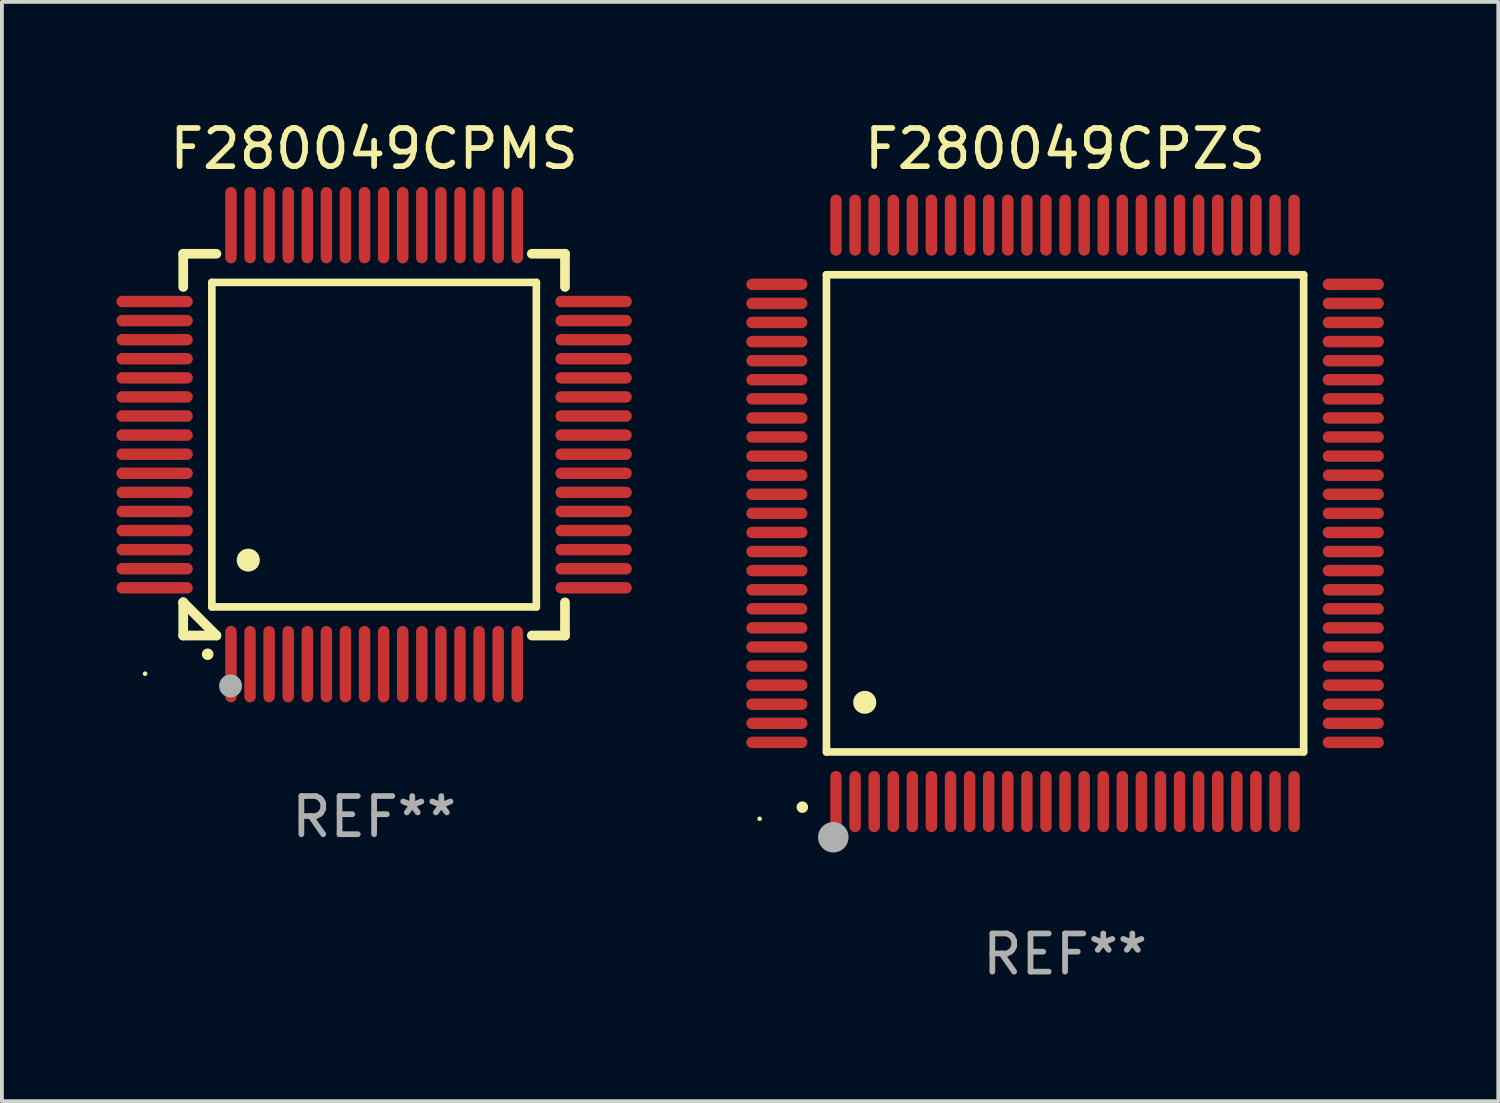
<source format=kicad_pcb>
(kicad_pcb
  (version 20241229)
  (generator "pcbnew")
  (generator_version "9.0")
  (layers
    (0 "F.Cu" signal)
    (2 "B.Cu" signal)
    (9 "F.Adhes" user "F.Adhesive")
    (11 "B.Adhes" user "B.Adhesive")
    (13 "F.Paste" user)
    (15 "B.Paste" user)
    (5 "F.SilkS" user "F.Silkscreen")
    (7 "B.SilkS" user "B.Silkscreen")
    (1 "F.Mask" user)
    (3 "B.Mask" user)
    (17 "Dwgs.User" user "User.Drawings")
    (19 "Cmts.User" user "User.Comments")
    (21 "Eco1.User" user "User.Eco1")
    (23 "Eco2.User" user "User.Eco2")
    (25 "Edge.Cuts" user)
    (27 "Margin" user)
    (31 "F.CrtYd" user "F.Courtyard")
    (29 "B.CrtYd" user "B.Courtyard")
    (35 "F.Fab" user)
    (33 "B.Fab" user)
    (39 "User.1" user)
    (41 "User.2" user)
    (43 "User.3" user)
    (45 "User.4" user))
  (footprint "F280049CPZS"
    (layer "F.Cu")
    (at 24.85 10.398)
    (property "Reference" "F280049CPZS" (at 0 -9.55 0) (layer "F.SilkS") (effects (font (size 1 1) (thickness 0.15))))
    (attr through_hole)
    (fp_line (start -6.25 -6.25) (end -6.25 6.25) (stroke (width 0.2) (type solid)) (layer "F.SilkS"))
    (fp_line (start -6.25 6.25) (end 6.25 6.25) (stroke (width 0.2) (type solid)) (layer "F.SilkS"))
    (fp_line (start 6.25 -6.25) (end -6.25 -6.25) (stroke (width 0.2) (type solid)) (layer "F.SilkS"))
    (fp_line (start 6.25 6.25) (end 6.25 -6.25) (stroke (width 0.2) (type solid)) (layer "F.SilkS"))
    (fp_arc (start -6.883414 7.696215) (mid -6.882144 7.69621) (end -6.880874 7.696215) (stroke (width 0.3) (type solid)) (layer "F.SilkS"))
    (fp_arc (start -5.250191 4.95047) (mid -5.247651 4.950459) (end -5.245111 4.95047) (stroke (width 0.6) (type solid)) (layer "F.SilkS"))
    (fp_circle (center -8 8) (end -7.97 8) (stroke (width 0.06) (type solid)) (fill no) (layer "F.SilkS"))
    (fp_circle (center -6.071 8.484) (end -5.871 8.484) (stroke (width 0.4) (type solid)) (fill no) (layer "F.Fab"))
    (fp_text user "REF**" (at 0 11.55 0) (layer "F.Fab") (effects (font (size 1 1) (thickness 0.15))))
    (pad "1" smd oval (at -6 7.55) (size 0.3 1.6) (layers "F.Cu" "F.Mask" "F.Paste"))
    (pad "2" smd oval (at -5.5 7.55) (size 0.3 1.6) (layers "F.Cu" "F.Mask" "F.Paste"))
    (pad "3" smd oval (at -5 7.55) (size 0.3 1.6) (layers "F.Cu" "F.Mask" "F.Paste"))
    (pad "4" smd oval (at -4.5 7.55) (size 0.3 1.6) (layers "F.Cu" "F.Mask" "F.Paste"))
    (pad "5" smd oval (at -4 7.55) (size 0.3 1.6) (layers "F.Cu" "F.Mask" "F.Paste"))
    (pad "6" smd oval (at -3.5 7.55) (size 0.3 1.6) (layers "F.Cu" "F.Mask" "F.Paste"))
    (pad "7" smd oval (at -3 7.55) (size 0.3 1.6) (layers "F.Cu" "F.Mask" "F.Paste"))
    (pad "8" smd oval (at -2.5 7.55) (size 0.3 1.6) (layers "F.Cu" "F.Mask" "F.Paste"))
    (pad "9" smd oval (at -2 7.55) (size 0.3 1.6) (layers "F.Cu" "F.Mask" "F.Paste"))
    (pad "10" smd oval (at -1.5 7.55) (size 0.3 1.6) (layers "F.Cu" "F.Mask" "F.Paste"))
    (pad "11" smd oval (at -1 7.55) (size 0.3 1.6) (layers "F.Cu" "F.Mask" "F.Paste"))
    (pad "12" smd oval (at -0.5 7.55) (size 0.3 1.6) (layers "F.Cu" "F.Mask" "F.Paste"))
    (pad "13" smd oval (at 0 7.55) (size 0.3 1.6) (layers "F.Cu" "F.Mask" "F.Paste"))
    (pad "14" smd oval (at 0.5 7.55) (size 0.3 1.6) (layers "F.Cu" "F.Mask" "F.Paste"))
    (pad "15" smd oval (at 1 7.55) (size 0.3 1.6) (layers "F.Cu" "F.Mask" "F.Paste"))
    (pad "16" smd oval (at 1.5 7.55) (size 0.3 1.6) (layers "F.Cu" "F.Mask" "F.Paste"))
    (pad "17" smd oval (at 2 7.55) (size 0.3 1.6) (layers "F.Cu" "F.Mask" "F.Paste"))
    (pad "18" smd oval (at 2.5 7.55) (size 0.3 1.6) (layers "F.Cu" "F.Mask" "F.Paste"))
    (pad "19" smd oval (at 3 7.55) (size 0.3 1.6) (layers "F.Cu" "F.Mask" "F.Paste"))
    (pad "20" smd oval (at 3.5 7.55) (size 0.3 1.6) (layers "F.Cu" "F.Mask" "F.Paste"))
    (pad "21" smd oval (at 4 7.55) (size 0.3 1.6) (layers "F.Cu" "F.Mask" "F.Paste"))
    (pad "22" smd oval (at 4.5 7.55) (size 0.3 1.6) (layers "F.Cu" "F.Mask" "F.Paste"))
    (pad "23" smd oval (at 5 7.55) (size 0.3 1.6) (layers "F.Cu" "F.Mask" "F.Paste"))
    (pad "24" smd oval (at 5.5 7.55) (size 0.3 1.6) (layers "F.Cu" "F.Mask" "F.Paste"))
    (pad "25" smd oval (at 6 7.55) (size 0.3 1.6) (layers "F.Cu" "F.Mask" "F.Paste"))
    (pad "26" smd oval (at 7.55 6) (size 1.6 0.3) (layers "F.Cu" "F.Mask" "F.Paste"))
    (pad "27" smd oval (at 7.55 5.5) (size 1.6 0.3) (layers "F.Cu" "F.Mask" "F.Paste"))
    (pad "28" smd oval (at 7.55 5) (size 1.6 0.3) (layers "F.Cu" "F.Mask" "F.Paste"))
    (pad "29" smd oval (at 7.55 4.5) (size 1.6 0.3) (layers "F.Cu" "F.Mask" "F.Paste"))
    (pad "30" smd oval (at 7.55 4) (size 1.6 0.3) (layers "F.Cu" "F.Mask" "F.Paste"))
    (pad "31" smd oval (at 7.55 3.5) (size 1.6 0.3) (layers "F.Cu" "F.Mask" "F.Paste"))
    (pad "32" smd oval (at 7.55 3) (size 1.6 0.3) (layers "F.Cu" "F.Mask" "F.Paste"))
    (pad "33" smd oval (at 7.55 2.5) (size 1.6 0.3) (layers "F.Cu" "F.Mask" "F.Paste"))
    (pad "34" smd oval (at 7.55 2) (size 1.6 0.3) (layers "F.Cu" "F.Mask" "F.Paste"))
    (pad "35" smd oval (at 7.55 1.5) (size 1.6 0.3) (layers "F.Cu" "F.Mask" "F.Paste"))
    (pad "36" smd oval (at 7.55 1) (size 1.6 0.3) (layers "F.Cu" "F.Mask" "F.Paste"))
    (pad "37" smd oval (at 7.55 0.5) (size 1.6 0.3) (layers "F.Cu" "F.Mask" "F.Paste"))
    (pad "38" smd oval (at 7.55 0) (size 1.6 0.3) (layers "F.Cu" "F.Mask" "F.Paste"))
    (pad "39" smd oval (at 7.55 -0.5) (size 1.6 0.3) (layers "F.Cu" "F.Mask" "F.Paste"))
    (pad "40" smd oval (at 7.55 -1) (size 1.6 0.3) (layers "F.Cu" "F.Mask" "F.Paste"))
    (pad "41" smd oval (at 7.55 -1.5) (size 1.6 0.3) (layers "F.Cu" "F.Mask" "F.Paste"))
    (pad "42" smd oval (at 7.55 -2) (size 1.6 0.3) (layers "F.Cu" "F.Mask" "F.Paste"))
    (pad "43" smd oval (at 7.55 -2.5) (size 1.6 0.3) (layers "F.Cu" "F.Mask" "F.Paste"))
    (pad "44" smd oval (at 7.55 -3) (size 1.6 0.3) (layers "F.Cu" "F.Mask" "F.Paste"))
    (pad "45" smd oval (at 7.55 -3.5) (size 1.6 0.3) (layers "F.Cu" "F.Mask" "F.Paste"))
    (pad "46" smd oval (at 7.55 -4) (size 1.6 0.3) (layers "F.Cu" "F.Mask" "F.Paste"))
    (pad "47" smd oval (at 7.55 -4.5) (size 1.6 0.3) (layers "F.Cu" "F.Mask" "F.Paste"))
    (pad "48" smd oval (at 7.55 -5) (size 1.6 0.3) (layers "F.Cu" "F.Mask" "F.Paste"))
    (pad "49" smd oval (at 7.55 -5.5) (size 1.6 0.3) (layers "F.Cu" "F.Mask" "F.Paste"))
    (pad "50" smd oval (at 7.55 -6) (size 1.6 0.3) (layers "F.Cu" "F.Mask" "F.Paste"))
    (pad "51" smd oval (at 6 -7.55) (size 0.3 1.6) (layers "F.Cu" "F.Mask" "F.Paste"))
    (pad "52" smd oval (at 5.5 -7.55) (size 0.3 1.6) (layers "F.Cu" "F.Mask" "F.Paste"))
    (pad "53" smd oval (at 5 -7.55) (size 0.3 1.6) (layers "F.Cu" "F.Mask" "F.Paste"))
    (pad "54" smd oval (at 4.5 -7.55) (size 0.3 1.6) (layers "F.Cu" "F.Mask" "F.Paste"))
    (pad "55" smd oval (at 4 -7.55) (size 0.3 1.6) (layers "F.Cu" "F.Mask" "F.Paste"))
    (pad "56" smd oval (at 3.5 -7.55) (size 0.3 1.6) (layers "F.Cu" "F.Mask" "F.Paste"))
    (pad "57" smd oval (at 3 -7.55) (size 0.3 1.6) (layers "F.Cu" "F.Mask" "F.Paste"))
    (pad "58" smd oval (at 2.5 -7.55) (size 0.3 1.6) (layers "F.Cu" "F.Mask" "F.Paste"))
    (pad "59" smd oval (at 2 -7.55) (size 0.3 1.6) (layers "F.Cu" "F.Mask" "F.Paste"))
    (pad "60" smd oval (at 1.5 -7.55) (size 0.3 1.6) (layers "F.Cu" "F.Mask" "F.Paste"))
    (pad "61" smd oval (at 1 -7.55) (size 0.3 1.6) (layers "F.Cu" "F.Mask" "F.Paste"))
    (pad "62" smd oval (at 0.5 -7.55) (size 0.3 1.6) (layers "F.Cu" "F.Mask" "F.Paste"))
    (pad "63" smd oval (at 0 -7.55) (size 0.3 1.6) (layers "F.Cu" "F.Mask" "F.Paste"))
    (pad "64" smd oval (at -0.5 -7.55) (size 0.3 1.6) (layers "F.Cu" "F.Mask" "F.Paste"))
    (pad "65" smd oval (at -1 -7.55) (size 0.3 1.6) (layers "F.Cu" "F.Mask" "F.Paste"))
    (pad "66" smd oval (at -1.5 -7.55) (size 0.3 1.6) (layers "F.Cu" "F.Mask" "F.Paste"))
    (pad "67" smd oval (at -2 -7.55) (size 0.3 1.6) (layers "F.Cu" "F.Mask" "F.Paste"))
    (pad "68" smd oval (at -2.5 -7.55) (size 0.3 1.6) (layers "F.Cu" "F.Mask" "F.Paste"))
    (pad "69" smd oval (at -3 -7.55) (size 0.3 1.6) (layers "F.Cu" "F.Mask" "F.Paste"))
    (pad "70" smd oval (at -3.5 -7.55) (size 0.3 1.6) (layers "F.Cu" "F.Mask" "F.Paste"))
    (pad "71" smd oval (at -4 -7.55) (size 0.3 1.6) (layers "F.Cu" "F.Mask" "F.Paste"))
    (pad "72" smd oval (at -4.5 -7.55) (size 0.3 1.6) (layers "F.Cu" "F.Mask" "F.Paste"))
    (pad "73" smd oval (at -5 -7.55) (size 0.3 1.6) (layers "F.Cu" "F.Mask" "F.Paste"))
    (pad "74" smd oval (at -5.5 -7.55) (size 0.3 1.6) (layers "F.Cu" "F.Mask" "F.Paste"))
    (pad "75" smd oval (at -6 -7.55) (size 0.3 1.6) (layers "F.Cu" "F.Mask" "F.Paste"))
    (pad "76" smd oval (at -7.55 -6) (size 1.6 0.3) (layers "F.Cu" "F.Mask" "F.Paste"))
    (pad "77" smd oval (at -7.55 -5.5) (size 1.6 0.3) (layers "F.Cu" "F.Mask" "F.Paste"))
    (pad "78" smd oval (at -7.55 -5) (size 1.6 0.3) (layers "F.Cu" "F.Mask" "F.Paste"))
    (pad "79" smd oval (at -7.55 -4.5) (size 1.6 0.3) (layers "F.Cu" "F.Mask" "F.Paste"))
    (pad "80" smd oval (at -7.55 -4) (size 1.6 0.3) (layers "F.Cu" "F.Mask" "F.Paste"))
    (pad "81" smd oval (at -7.55 -3.5) (size 1.6 0.3) (layers "F.Cu" "F.Mask" "F.Paste"))
    (pad "82" smd oval (at -7.55 -3) (size 1.6 0.3) (layers "F.Cu" "F.Mask" "F.Paste"))
    (pad "83" smd oval (at -7.55 -2.5) (size 1.6 0.3) (layers "F.Cu" "F.Mask" "F.Paste"))
    (pad "84" smd oval (at -7.55 -2) (size 1.6 0.3) (layers "F.Cu" "F.Mask" "F.Paste"))
    (pad "85" smd oval (at -7.55 -1.5) (size 1.6 0.3) (layers "F.Cu" "F.Mask" "F.Paste"))
    (pad "86" smd oval (at -7.55 -1) (size 1.6 0.3) (layers "F.Cu" "F.Mask" "F.Paste"))
    (pad "87" smd oval (at -7.55 -0.5) (size 1.6 0.3) (layers "F.Cu" "F.Mask" "F.Paste"))
    (pad "88" smd oval (at -7.55 0) (size 1.6 0.3) (layers "F.Cu" "F.Mask" "F.Paste"))
    (pad "89" smd oval (at -7.55 0.5) (size 1.6 0.3) (layers "F.Cu" "F.Mask" "F.Paste"))
    (pad "90" smd oval (at -7.55 1) (size 1.6 0.3) (layers "F.Cu" "F.Mask" "F.Paste"))
    (pad "91" smd oval (at -7.55 1.5) (size 1.6 0.3) (layers "F.Cu" "F.Mask" "F.Paste"))
    (pad "92" smd oval (at -7.55 2) (size 1.6 0.3) (layers "F.Cu" "F.Mask" "F.Paste"))
    (pad "93" smd oval (at -7.55 2.5) (size 1.6 0.3) (layers "F.Cu" "F.Mask" "F.Paste"))
    (pad "94" smd oval (at -7.55 3) (size 1.6 0.3) (layers "F.Cu" "F.Mask" "F.Paste"))
    (pad "95" smd oval (at -7.55 3.5) (size 1.6 0.3) (layers "F.Cu" "F.Mask" "F.Paste"))
    (pad "96" smd oval (at -7.55 4) (size 1.6 0.3) (layers "F.Cu" "F.Mask" "F.Paste"))
    (pad "97" smd oval (at -7.55 4.5) (size 1.6 0.3) (layers "F.Cu" "F.Mask" "F.Paste"))
    (pad "98" smd oval (at -7.55 5) (size 1.6 0.3) (layers "F.Cu" "F.Mask" "F.Paste"))
    (pad "99" smd oval (at -7.55 5.5) (size 1.6 0.3) (layers "F.Cu" "F.Mask" "F.Paste"))
    (pad "100" smd oval (at -7.55 6) (size 1.6 0.3) (layers "F.Cu" "F.Mask" "F.Paste")))
  (footprint "F280049CPMS"
    (layer "F.Cu")
    (at 6.75 8.598)
    (property "Reference" "F280049CPMS" (at 0 -7.75 0) (layer "F.SilkS") (effects (font (size 1 1) (thickness 0.15))))
    (attr through_hole)
    (fp_line (start -5 -5) (end -4.131 -5) (stroke (width 0.254) (type solid)) (layer "F.SilkS"))
    (fp_line (start -5 -4.131) (end -5 -5) (stroke (width 0.254) (type solid)) (layer "F.SilkS"))
    (fp_line (start -5 4.131) (end -5 4.131) (stroke (width 0.254) (type solid)) (layer "F.SilkS"))
    (fp_line (start -5 5) (end -5 4.131) (stroke (width 0.254) (type solid)) (layer "F.SilkS"))
    (fp_line (start -5 4.131) (end -4.131 5) (stroke (width 0.254) (type solid)) (layer "F.SilkS"))
    (fp_line (start -4.25 -4.25) (end -4.25 4.25) (stroke (width 0.2) (type solid)) (layer "F.SilkS"))
    (fp_line (start -4.25 4.25) (end 4.25 4.25) (stroke (width 0.2) (type solid)) (layer "F.SilkS"))
    (fp_line (start -4.131 5) (end -5 5) (stroke (width 0.254) (type solid)) (layer "F.SilkS"))
    (fp_line (start 4.25 -4.25) (end -4.25 -4.25) (stroke (width 0.2) (type solid)) (layer "F.SilkS"))
    (fp_line (start 4.25 4.25) (end 4.25 -4.25) (stroke (width 0.2) (type solid)) (layer "F.SilkS"))
    (fp_line (start 5 -5) (end 4.131 -5) (stroke (width 0.254) (type solid)) (layer "F.SilkS"))
    (fp_line (start 5 -5) (end 5 -4.131) (stroke (width 0.254) (type solid)) (layer "F.SilkS"))
    (fp_line (start 5 4.131) (end 5 5) (stroke (width 0.254) (type solid)) (layer "F.SilkS"))
    (fp_line (start 5 5) (end 4.131 5) (stroke (width 0.254) (type solid)) (layer "F.SilkS"))
    (fp_arc (start -4.361265 5.489992) (mid -4.359995 5.489987) (end -4.358725 5.489992) (stroke (width 0.3) (type solid)) (layer "F.SilkS"))
    (fp_arc (start -3.299467 3.025146) (mid -3.296927 3.025135) (end -3.294387 3.025146) (stroke (width 0.6) (type solid)) (layer "F.SilkS"))
    (fp_circle (center -6 6) (end -5.97 6) (stroke (width 0.06) (type solid)) (fill no) (layer "F.SilkS"))
    (fp_circle (center -3.76 6.32) (end -3.61 6.32) (stroke (width 0.3) (type solid)) (fill no) (layer "F.Fab"))
    (fp_text user "REF**" (at 0 9.75 0) (layer "F.Fab") (effects (font (size 1 1) (thickness 0.15))))
    (pad "1" smd oval (at -3.75 5.75) (size 0.3 2) (layers "F.Cu" "F.Mask" "F.Paste"))
    (pad "2" smd oval (at -3.25 5.75) (size 0.3 2) (layers "F.Cu" "F.Mask" "F.Paste"))
    (pad "3" smd oval (at -2.75 5.75) (size 0.3 2) (layers "F.Cu" "F.Mask" "F.Paste"))
    (pad "4" smd oval (at -2.25 5.75) (size 0.3 2) (layers "F.Cu" "F.Mask" "F.Paste"))
    (pad "5" smd oval (at -1.75 5.75) (size 0.3 2) (layers "F.Cu" "F.Mask" "F.Paste"))
    (pad "6" smd oval (at -1.25 5.75) (size 0.3 2) (layers "F.Cu" "F.Mask" "F.Paste"))
    (pad "7" smd oval (at -0.75 5.75) (size 0.3 2) (layers "F.Cu" "F.Mask" "F.Paste"))
    (pad "8" smd oval (at -0.25 5.75) (size 0.3 2) (layers "F.Cu" "F.Mask" "F.Paste"))
    (pad "9" smd oval (at 0.25 5.75) (size 0.3 2) (layers "F.Cu" "F.Mask" "F.Paste"))
    (pad "10" smd oval (at 0.75 5.75) (size 0.3 2) (layers "F.Cu" "F.Mask" "F.Paste"))
    (pad "11" smd oval (at 1.25 5.75) (size 0.3 2) (layers "F.Cu" "F.Mask" "F.Paste"))
    (pad "12" smd oval (at 1.75 5.75) (size 0.3 2) (layers "F.Cu" "F.Mask" "F.Paste"))
    (pad "13" smd oval (at 2.25 5.75) (size 0.3 2) (layers "F.Cu" "F.Mask" "F.Paste"))
    (pad "14" smd oval (at 2.75 5.75) (size 0.3 2) (layers "F.Cu" "F.Mask" "F.Paste"))
    (pad "15" smd oval (at 3.25 5.75) (size 0.3 2) (layers "F.Cu" "F.Mask" "F.Paste"))
    (pad "16" smd oval (at 3.75 5.75) (size 0.3 2) (layers "F.Cu" "F.Mask" "F.Paste"))
    (pad "17" smd oval (at 5.75 3.75) (size 2 0.3) (layers "F.Cu" "F.Mask" "F.Paste"))
    (pad "18" smd oval (at 5.75 3.25) (size 2 0.3) (layers "F.Cu" "F.Mask" "F.Paste"))
    (pad "19" smd oval (at 5.75 2.75) (size 2 0.3) (layers "F.Cu" "F.Mask" "F.Paste"))
    (pad "20" smd oval (at 5.75 2.25) (size 2 0.3) (layers "F.Cu" "F.Mask" "F.Paste"))
    (pad "21" smd oval (at 5.75 1.75) (size 2 0.3) (layers "F.Cu" "F.Mask" "F.Paste"))
    (pad "22" smd oval (at 5.75 1.25) (size 2 0.3) (layers "F.Cu" "F.Mask" "F.Paste"))
    (pad "23" smd oval (at 5.75 0.75) (size 2 0.3) (layers "F.Cu" "F.Mask" "F.Paste"))
    (pad "24" smd oval (at 5.75 0.25) (size 2 0.3) (layers "F.Cu" "F.Mask" "F.Paste"))
    (pad "25" smd oval (at 5.75 -0.25) (size 2 0.3) (layers "F.Cu" "F.Mask" "F.Paste"))
    (pad "26" smd oval (at 5.75 -0.75) (size 2 0.3) (layers "F.Cu" "F.Mask" "F.Paste"))
    (pad "27" smd oval (at 5.75 -1.25) (size 2 0.3) (layers "F.Cu" "F.Mask" "F.Paste"))
    (pad "28" smd oval (at 5.75 -1.75) (size 2 0.3) (layers "F.Cu" "F.Mask" "F.Paste"))
    (pad "29" smd oval (at 5.75 -2.25) (size 2 0.3) (layers "F.Cu" "F.Mask" "F.Paste"))
    (pad "30" smd oval (at 5.75 -2.75) (size 2 0.3) (layers "F.Cu" "F.Mask" "F.Paste"))
    (pad "31" smd oval (at 5.75 -3.25) (size 2 0.3) (layers "F.Cu" "F.Mask" "F.Paste"))
    (pad "32" smd oval (at 5.75 -3.75) (size 2 0.3) (layers "F.Cu" "F.Mask" "F.Paste"))
    (pad "33" smd oval (at 3.75 -5.75) (size 0.3 2) (layers "F.Cu" "F.Mask" "F.Paste"))
    (pad "34" smd oval (at 3.25 -5.75) (size 0.3 2) (layers "F.Cu" "F.Mask" "F.Paste"))
    (pad "35" smd oval (at 2.75 -5.75) (size 0.3 2) (layers "F.Cu" "F.Mask" "F.Paste"))
    (pad "36" smd oval (at 2.25 -5.75) (size 0.3 2) (layers "F.Cu" "F.Mask" "F.Paste"))
    (pad "37" smd oval (at 1.75 -5.75) (size 0.3 2) (layers "F.Cu" "F.Mask" "F.Paste"))
    (pad "38" smd oval (at 1.25 -5.75) (size 0.3 2) (layers "F.Cu" "F.Mask" "F.Paste"))
    (pad "39" smd oval (at 0.75 -5.75) (size 0.3 2) (layers "F.Cu" "F.Mask" "F.Paste"))
    (pad "40" smd oval (at 0.25 -5.75) (size 0.3 2) (layers "F.Cu" "F.Mask" "F.Paste"))
    (pad "41" smd oval (at -0.25 -5.75) (size 0.3 2) (layers "F.Cu" "F.Mask" "F.Paste"))
    (pad "42" smd oval (at -0.75 -5.75) (size 0.3 2) (layers "F.Cu" "F.Mask" "F.Paste"))
    (pad "43" smd oval (at -1.25 -5.75) (size 0.3 2) (layers "F.Cu" "F.Mask" "F.Paste"))
    (pad "44" smd oval (at -1.75 -5.75) (size 0.3 2) (layers "F.Cu" "F.Mask" "F.Paste"))
    (pad "45" smd oval (at -2.25 -5.75) (size 0.3 2) (layers "F.Cu" "F.Mask" "F.Paste"))
    (pad "46" smd oval (at -2.75 -5.75) (size 0.3 2) (layers "F.Cu" "F.Mask" "F.Paste"))
    (pad "47" smd oval (at -3.25 -5.75) (size 0.3 2) (layers "F.Cu" "F.Mask" "F.Paste"))
    (pad "48" smd oval (at -3.75 -5.75) (size 0.3 2) (layers "F.Cu" "F.Mask" "F.Paste"))
    (pad "49" smd oval (at -5.75 -3.75) (size 2 0.3) (layers "F.Cu" "F.Mask" "F.Paste"))
    (pad "50" smd oval (at -5.75 -3.25) (size 2 0.3) (layers "F.Cu" "F.Mask" "F.Paste"))
    (pad "51" smd oval (at -5.75 -2.75) (size 2 0.3) (layers "F.Cu" "F.Mask" "F.Paste"))
    (pad "52" smd oval (at -5.75 -2.25) (size 2 0.3) (layers "F.Cu" "F.Mask" "F.Paste"))
    (pad "53" smd oval (at -5.75 -1.75) (size 2 0.3) (layers "F.Cu" "F.Mask" "F.Paste"))
    (pad "54" smd oval (at -5.75 -1.25) (size 2 0.3) (layers "F.Cu" "F.Mask" "F.Paste"))
    (pad "55" smd oval (at -5.75 -0.75) (size 2 0.3) (layers "F.Cu" "F.Mask" "F.Paste"))
    (pad "56" smd oval (at -5.75 -0.25) (size 2 0.3) (layers "F.Cu" "F.Mask" "F.Paste"))
    (pad "57" smd oval (at -5.75 0.25) (size 2 0.3) (layers "F.Cu" "F.Mask" "F.Paste"))
    (pad "58" smd oval (at -5.75 0.75) (size 2 0.3) (layers "F.Cu" "F.Mask" "F.Paste"))
    (pad "59" smd oval (at -5.75 1.25) (size 2 0.3) (layers "F.Cu" "F.Mask" "F.Paste"))
    (pad "60" smd oval (at -5.75 1.75) (size 2 0.3) (layers "F.Cu" "F.Mask" "F.Paste"))
    (pad "61" smd oval (at -5.75 2.25) (size 2 0.3) (layers "F.Cu" "F.Mask" "F.Paste"))
    (pad "62" smd oval (at -5.75 2.75) (size 2 0.3) (layers "F.Cu" "F.Mask" "F.Paste"))
    (pad "63" smd oval (at -5.75 3.25) (size 2 0.3) (layers "F.Cu" "F.Mask" "F.Paste"))
    (pad "64" smd oval (at -5.75 3.75) (size 2 0.3) (layers "F.Cu" "F.Mask" "F.Paste")))
  (gr_rect
    (start -3 -3)
    (end 36.199 25.796)
    (stroke (width 0.1) (type default))
    (fill no)
    (layer "Edge.Cuts")))
</source>
